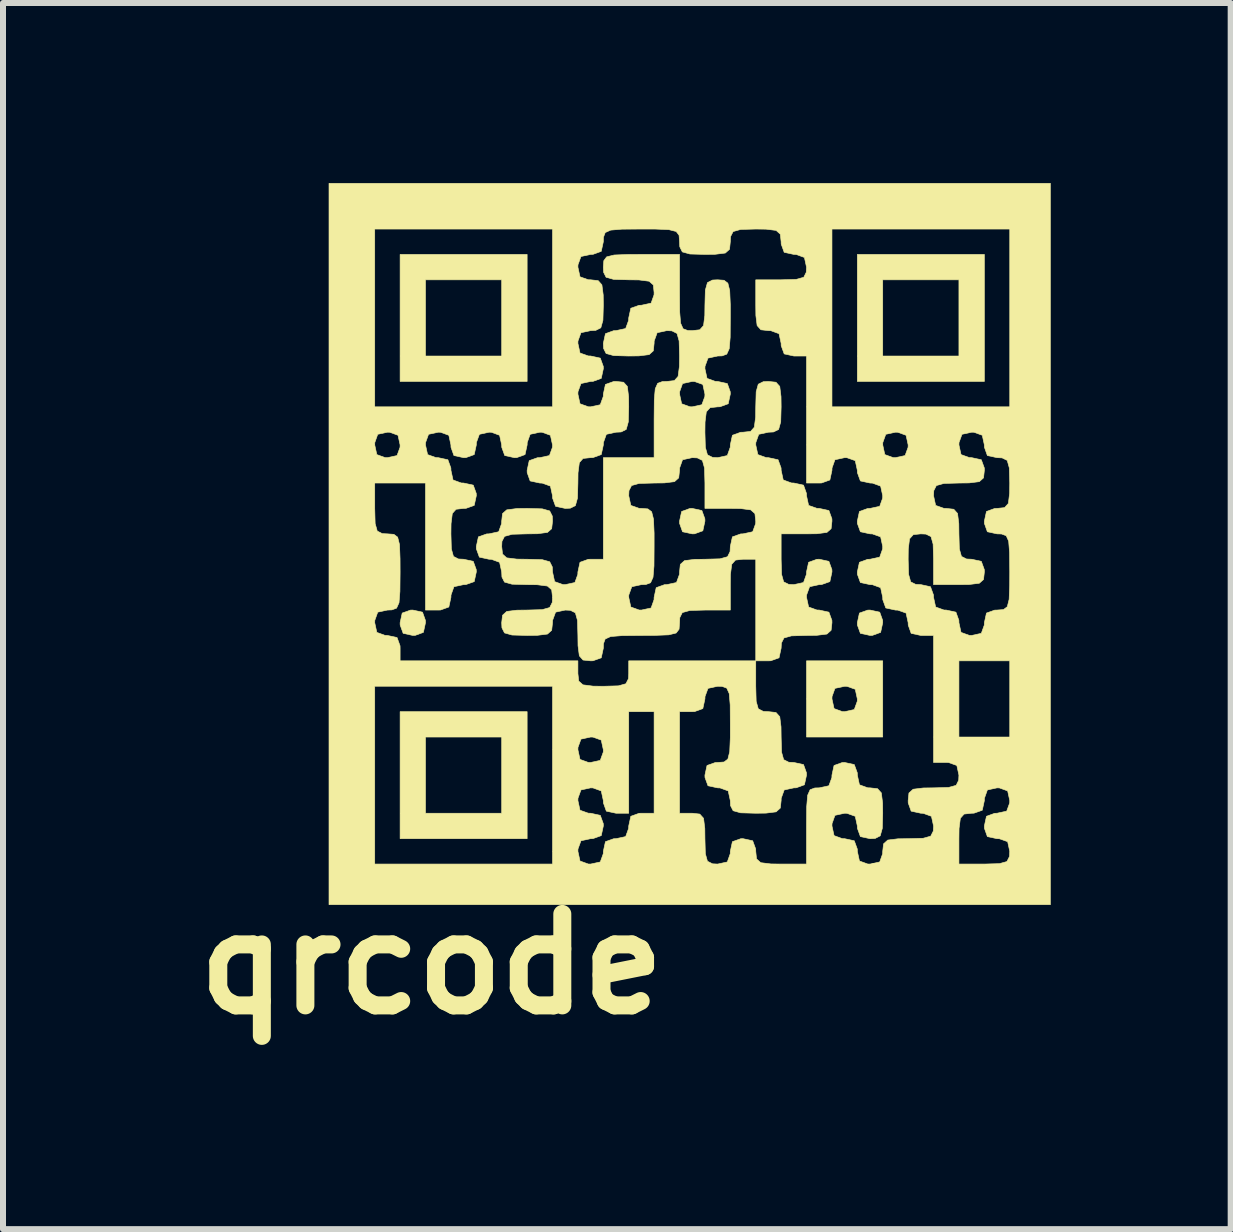
<source format=kicad_pcb>
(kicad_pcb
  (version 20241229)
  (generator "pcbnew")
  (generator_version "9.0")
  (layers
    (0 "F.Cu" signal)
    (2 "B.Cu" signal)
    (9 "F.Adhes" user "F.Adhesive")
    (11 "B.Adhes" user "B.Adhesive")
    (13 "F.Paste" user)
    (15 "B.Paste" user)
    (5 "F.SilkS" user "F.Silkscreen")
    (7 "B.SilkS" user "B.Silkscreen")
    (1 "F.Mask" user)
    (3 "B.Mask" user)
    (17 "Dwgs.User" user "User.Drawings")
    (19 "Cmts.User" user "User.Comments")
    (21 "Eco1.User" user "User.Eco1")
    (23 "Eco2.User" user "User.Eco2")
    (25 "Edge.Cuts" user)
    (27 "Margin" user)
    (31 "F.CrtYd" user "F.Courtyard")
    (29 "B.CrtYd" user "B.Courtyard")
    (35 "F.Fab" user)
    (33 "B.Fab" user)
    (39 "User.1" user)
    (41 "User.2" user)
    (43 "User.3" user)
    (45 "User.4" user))
  (footprint "qrcode"
    (layer "F.Cu")
    (at 8.444 6.016)
    (property "Reference" "qrcode" (at -4.3 7 0) (layer "F.SilkS") (effects (font (size 1.524 1.524) (thickness 0.3))))
    (attr through_hole)
    (fp_poly (pts (xy -2.709 -2.709) (xy -4.826 -2.709) (xy -4.826 -4.403) (xy -4.403 -4.403) (xy -4.403 -3.133) (xy -3.133 -3.133) (xy -3.133 -4.403) (xy -4.403 -4.403) (xy -4.826 -4.403) (xy -4.826 -4.826) (xy -2.709 -4.826) (xy -2.709 -2.709)) (stroke (width 0.01) (type solid)) (fill yes) (layer "F.SilkS"))
    (fp_poly (pts (xy -2.709 4.911) (xy -4.826 4.911) (xy -4.826 3.217) (xy -4.403 3.217) (xy -4.403 4.487) (xy -3.133 4.487) (xy -3.133 3.217) (xy -4.403 3.217) (xy -4.826 3.217) (xy -4.826 2.794) (xy -2.709 2.794) (xy -2.709 4.911)) (stroke (width 0.01) (type solid)) (fill yes) (layer "F.SilkS"))
    (fp_poly (pts (xy 4.911 -2.709) (xy 2.794 -2.709) (xy 2.794 -4.403) (xy 3.217 -4.403) (xy 3.217 -3.133) (xy 4.487 -3.133) (xy 4.487 -4.403) (xy 3.217 -4.403) (xy 2.794 -4.403) (xy 2.794 -4.826) (xy 4.911 -4.826) (xy 4.911 -2.709)) (stroke (width 0.01) (type solid)) (fill yes) (layer "F.SilkS"))
    (fp_poly (pts (xy -4.453 1.136) (xy -4.404 1.273) (xy -4.403 1.312) (xy -4.438 1.473) (xy -4.575 1.523) (xy -4.614 1.524) (xy -4.775 1.489) (xy -4.825 1.351) (xy -4.826 1.312) (xy -4.791 1.151) (xy -4.653 1.102) (xy -4.614 1.101) (xy -4.453 1.136)) (stroke (width 0.01) (type solid)) (fill yes) (layer "F.SilkS"))
    (fp_poly (pts (xy 0.203 -0.558) (xy 0.253 -0.42) (xy 0.254 -0.381) (xy 0.219 -0.22) (xy 0.081 -0.17) (xy 0.042 -0.169) (xy -0.119 -0.204) (xy -0.168 -0.342) (xy -0.169 -0.381) (xy -0.134 -0.542) (xy 0.003 -0.592) (xy 0.042 -0.593) (xy 0.203 -0.558)) (stroke (width 0.01) (type solid)) (fill yes) (layer "F.SilkS"))
    (fp_poly (pts (xy 3.167 1.136) (xy 3.216 1.273) (xy 3.217 1.312) (xy 3.182 1.473) (xy 3.045 1.523) (xy 3.006 1.524) (xy 2.845 1.489) (xy 2.795 1.351) (xy 2.794 1.312) (xy 2.829 1.151) (xy 2.967 1.102) (xy 3.006 1.101) (xy 3.167 1.136)) (stroke (width 0.01) (type solid)) (fill yes) (layer "F.SilkS"))
    (fp_poly (pts (xy 3.217 3.217) (xy 1.947 3.217) (xy 1.947 2.582) (xy 2.371 2.582) (xy 2.406 2.743) (xy 2.543 2.793) (xy 2.582 2.794) (xy 2.743 2.759) (xy 2.793 2.621) (xy 2.794 2.582) (xy 2.759 2.421) (xy 2.621 2.372) (xy 2.582 2.371) (xy 2.421 2.406) (xy 2.372 2.543) (xy 2.371 2.582) (xy 1.947 2.582) (xy 1.947 1.947) (xy 3.217 1.947) (xy 3.217 3.217)) (stroke (width 0.01) (type solid)) (fill yes) (layer "F.SilkS"))
    (fp_poly (pts (xy -0.169 -4.191) (xy -0.167 -3.868) (xy -0.151 -3.679) (xy -0.11 -3.587) (xy -0.032 -3.558) (xy 0.042 -3.556) (xy 0.168 -3.57) (xy 0.231 -3.64) (xy 0.252 -3.809) (xy 0.254 -3.979) (xy 0.261 -4.231) (xy 0.296 -4.356) (xy 0.381 -4.399) (xy 0.466 -4.403) (xy 0.573 -4.395) (xy 0.636 -4.347) (xy 0.667 -4.224) (xy 0.677 -3.991) (xy 0.677 -3.768) (xy 0.675 -3.445) (xy 0.659 -3.255) (xy 0.618 -3.164) (xy 0.54 -3.135) (xy 0.466 -3.133) (xy 0.305 -3.098) (xy 0.255 -2.96) (xy 0.254 -2.921) (xy 0.289 -2.76) (xy 0.427 -2.71) (xy 0.466 -2.709) (xy 0.627 -2.674) (xy 0.676 -2.537) (xy 0.677 -2.498) (xy 0.642 -2.337) (xy 0.505 -2.287) (xy 0.466 -2.286) (xy 0.34 -2.272) (xy 0.277 -2.202) (xy 0.256 -2.033) (xy 0.254 -1.863) (xy 0.261 -1.611) (xy 0.296 -1.486) (xy 0.381 -1.443) (xy 0.466 -1.439) (xy 0.627 -1.474) (xy 0.676 -1.612) (xy 0.677 -1.651) (xy 0.712 -1.812) (xy 0.85 -1.862) (xy 0.889 -1.863) (xy 1.015 -1.876) (xy 1.077 -1.946) (xy 1.099 -2.116) (xy 1.101 -2.286) (xy 1.108 -2.537) (xy 1.143 -2.663) (xy 1.227 -2.705) (xy 1.312 -2.709) (xy 1.438 -2.696) (xy 1.501 -2.626) (xy 1.522 -2.456) (xy 1.524 -2.286) (xy 1.517 -2.035) (xy 1.482 -1.909) (xy 1.397 -1.867) (xy 1.312 -1.863) (xy 1.151 -1.828) (xy 1.102 -1.69) (xy 1.101 -1.651) (xy 1.136 -1.49) (xy 1.273 -1.44) (xy 1.312 -1.439) (xy 1.473 -1.404) (xy 1.523 -1.267) (xy 1.524 -1.228) (xy 1.559 -1.067) (xy 1.697 -1.017) (xy 1.736 -1.016) (xy 1.897 -0.981) (xy 1.946 -0.843) (xy 1.947 -0.804) (xy 1.982 -0.643) (xy 2.12 -0.594) (xy 2.159 -0.593) (xy 2.32 -0.558) (xy 2.37 -0.42) (xy 2.371 -0.381) (xy 2.357 -0.255) (xy 2.287 -0.193) (xy 2.117 -0.171) (xy 1.947 -0.169) (xy 1.524 -0.169) (xy 1.524 0.254) (xy 1.531 0.505) (xy 1.566 0.631) (xy 1.651 0.673) (xy 1.736 0.677) (xy 1.897 0.642) (xy 1.946 0.505) (xy 1.947 0.466) (xy 1.982 0.305) (xy 2.12 0.255) (xy 2.159 0.254) (xy 2.32 0.289) (xy 2.37 0.427) (xy 2.371 0.466) (xy 2.336 0.627) (xy 2.198 0.676) (xy 2.159 0.677) (xy 1.998 0.712) (xy 1.948 0.85) (xy 1.947 0.889) (xy 1.982 1.05) (xy 2.12 1.1) (xy 2.159 1.101) (xy 2.32 1.136) (xy 2.37 1.273) (xy 2.371 1.312) (xy 2.357 1.438) (xy 2.287 1.501) (xy 2.117 1.522) (xy 1.947 1.524) (xy 1.696 1.531) (xy 1.571 1.566) (xy 1.528 1.651) (xy 1.524 1.736) (xy 1.489 1.897) (xy 1.351 1.946) (xy 1.312 1.947) (xy 1.101 1.947) (xy 1.101 0.254) (xy 0.889 0.254) (xy 0.763 0.268) (xy 0.701 0.338) (xy 0.679 0.507) (xy 0.677 0.677) (xy 0.677 1.101) (xy 0.254 1.101) (xy 0.003 1.108) (xy -0.123 1.143) (xy -0.165 1.227) (xy -0.169 1.312) (xy -0.177 1.42) (xy -0.225 1.483) (xy -0.348 1.514) (xy -0.581 1.523) (xy -0.804 1.524) (xy -1.127 1.527) (xy -1.317 1.542) (xy -1.408 1.583) (xy -1.437 1.661) (xy -1.439 1.736) (xy -1.474 1.897) (xy -1.612 1.946) (xy -1.651 1.947) (xy -1.777 1.934) (xy -1.839 1.864) (xy -1.861 1.694) (xy -1.863 1.524) (xy -1.87 1.273) (xy -1.905 1.147) (xy -1.989 1.105) (xy -2.074 1.101) (xy -2.235 1.136) (xy -2.285 1.273) (xy -2.286 1.312) (xy -2.3 1.438) (xy -2.37 1.501) (xy -2.539 1.522) (xy -2.709 1.524) (xy -2.961 1.517) (xy -3.086 1.482) (xy -3.129 1.397) (xy -3.133 1.312) (xy -3.119 1.187) (xy -3.049 1.124) (xy -2.879 1.103) (xy -2.709 1.101) (xy -2.458 1.094) (xy -2.333 1.059) (xy -2.29 0.974) (xy -2.286 0.889) (xy -2.3 0.763) (xy -2.37 0.701) (xy -2.539 0.679) (xy -2.709 0.677) (xy -2.961 0.67) (xy -3.086 0.635) (xy -3.129 0.551) (xy -3.133 0.466) (xy -3.168 0.305) (xy -3.305 0.255) (xy -3.344 0.254) (xy -3.505 0.219) (xy -3.555 0.081) (xy -3.556 0.042) (xy -3.521 -0.119) (xy -3.383 -0.168) (xy -3.344 -0.169) (xy -3.183 -0.204) (xy -3.134 -0.342) (xy -3.133 -0.381) (xy -3.119 -0.507) (xy -3.049 -0.569) (xy -2.879 -0.591) (xy -2.709 -0.593) (xy -2.458 -0.586) (xy -2.333 -0.551) (xy -2.29 -0.466) (xy -2.286 -0.381) (xy -2.3 -0.255) (xy -2.37 -0.193) (xy -2.539 -0.171) (xy -2.709 -0.169) (xy -2.961 -0.162) (xy -3.086 -0.127) (xy -3.129 -0.043) (xy -3.133 0.042) (xy -3.119 0.168) (xy -3.049 0.231) (xy -2.879 0.252) (xy -2.709 0.254) (xy -2.458 0.261) (xy -2.333 0.296) (xy -2.29 0.381) (xy -2.286 0.466) (xy -2.251 0.627) (xy -2.113 0.676) (xy -2.074 0.677) (xy -1.913 0.642) (xy -1.864 0.505) (xy -1.863 0.466) (xy -1.828 0.305) (xy -1.69 0.255) (xy -1.651 0.254) (xy -1.439 0.254) (xy -1.439 -0.804) (xy -1.016 -0.804) (xy -0.981 -0.643) (xy -0.843 -0.594) (xy -0.804 -0.593) (xy -0.697 -0.585) (xy -0.634 -0.537) (xy -0.603 -0.414) (xy -0.593 -0.181) (xy -0.593 0.042) (xy -0.595 0.365) (xy -0.611 0.555) (xy -0.652 0.646) (xy -0.73 0.675) (xy -0.804 0.677) (xy -0.965 0.712) (xy -1.015 0.85) (xy -1.016 0.889) (xy -0.981 1.05) (xy -0.843 1.1) (xy -0.804 1.101) (xy -0.643 1.066) (xy -0.594 0.928) (xy -0.593 0.889) (xy -0.558 0.728) (xy -0.42 0.678) (xy -0.381 0.677) (xy -0.22 0.642) (xy -0.17 0.505) (xy -0.169 0.466) (xy -0.156 0.34) (xy -0.086 0.277) (xy 0.084 0.256) (xy 0.254 0.254) (xy 0.505 0.247) (xy 0.631 0.212) (xy 0.673 0.127) (xy 0.677 0.042) (xy 0.712 -0.119) (xy 0.85 -0.168) (xy 0.889 -0.169) (xy 1.05 -0.204) (xy 1.1 -0.342) (xy 1.101 -0.381) (xy 1.087 -0.507) (xy 1.017 -0.569) (xy 0.847 -0.591) (xy 0.677 -0.593) (xy 0.254 -0.593) (xy 0.254 -1.016) (xy 0.247 -1.267) (xy 0.212 -1.393) (xy 0.127 -1.435) (xy 0.042 -1.439) (xy -0.119 -1.404) (xy -0.168 -1.267) (xy -0.169 -1.228) (xy -0.183 -1.102) (xy -0.253 -1.039) (xy -0.423 -1.018) (xy -0.593 -1.016) (xy -0.844 -1.009) (xy -0.969 -0.974) (xy -1.012 -0.889) (xy -1.016 -0.804) (xy -1.439 -0.804) (xy -1.439 -1.439) (xy -0.593 -1.439) (xy -0.593 -2.074) (xy -0.59 -2.397) (xy -0.582 -2.498) (xy -0.169 -2.498) (xy -0.134 -2.337) (xy 0.003 -2.287) (xy 0.042 -2.286) (xy 0.203 -2.321) (xy 0.253 -2.459) (xy 0.254 -2.498) (xy 0.219 -2.659) (xy 0.081 -2.708) (xy 0.042 -2.709) (xy -0.119 -2.674) (xy -0.168 -2.537) (xy -0.169 -2.498) (xy -0.582 -2.498) (xy -0.574 -2.587) (xy -0.533 -2.678) (xy -0.455 -2.707) (xy -0.381 -2.709) (xy -0.255 -2.723) (xy -0.193 -2.793) (xy -0.171 -2.963) (xy -0.169 -3.133) (xy -0.176 -3.384) (xy -0.211 -3.509) (xy -0.296 -3.552) (xy -0.381 -3.556) (xy -0.542 -3.521) (xy -0.592 -3.383) (xy -0.593 -3.344) (xy -0.606 -3.219) (xy -0.676 -3.156) (xy -0.846 -3.135) (xy -1.016 -3.133) (xy -1.267 -3.14) (xy -1.393 -3.175) (xy -1.435 -3.259) (xy -1.439 -3.344) (xy -1.404 -3.505) (xy -1.267 -3.555) (xy -1.228 -3.556) (xy -1.067 -3.591) (xy -1.017 -3.729) (xy -1.016 -3.768) (xy -0.981 -3.929) (xy -0.843 -3.978) (xy -0.804 -3.979) (xy -0.643 -4.014) (xy -0.594 -4.152) (xy -0.593 -4.191) (xy -0.606 -4.317) (xy -0.676 -4.379) (xy -0.846 -4.401) (xy -1.016 -4.403) (xy -1.267 -4.41) (xy -1.393 -4.445) (xy -1.435 -4.529) (xy -1.439 -4.614) (xy -1.431 -4.722) (xy -1.384 -4.785) (xy -1.261 -4.816) (xy -1.027 -4.825) (xy -0.804 -4.826) (xy -0.169 -4.826) (xy -0.169 -4.191)) (stroke (width 0.01) (type solid)) (fill yes) (layer "F.SilkS"))
    (fp_poly (pts (xy 6.011 6.011) (xy -6.011 6.011) (xy -6.011 2.371) (xy -5.249 2.371) (xy -5.249 5.334) (xy -2.286 5.334) (xy -2.286 4.276) (xy -1.863 4.276) (xy -1.828 4.437) (xy -1.69 4.486) (xy -1.651 4.487) (xy -1.49 4.522) (xy -1.44 4.66) (xy -1.439 4.699) (xy -1.474 4.86) (xy -1.612 4.91) (xy -1.651 4.911) (xy -1.812 4.946) (xy -1.862 5.083) (xy -1.863 5.122) (xy -1.828 5.283) (xy -1.69 5.333) (xy -1.651 5.334) (xy -1.49 5.299) (xy -1.44 5.161) (xy -1.439 5.122) (xy -1.404 4.961) (xy -1.267 4.912) (xy -1.228 4.911) (xy -1.067 4.876) (xy -1.017 4.738) (xy -1.016 4.699) (xy -0.981 4.538) (xy -0.843 4.488) (xy -0.804 4.487) (xy -0.593 4.487) (xy -0.593 2.794) (xy -1.016 2.794) (xy -1.016 4.487) (xy -1.228 4.487) (xy -1.389 4.452) (xy -1.438 4.315) (xy -1.439 4.276) (xy -1.474 4.115) (xy -1.612 4.065) (xy -1.651 4.064) (xy -1.812 4.099) (xy -1.862 4.237) (xy -1.863 4.276) (xy -2.286 4.276) (xy -2.286 3.429) (xy -1.863 3.429) (xy -1.828 3.59) (xy -1.69 3.64) (xy -1.651 3.641) (xy -1.49 3.606) (xy -1.44 3.468) (xy -1.439 3.429) (xy -1.474 3.268) (xy -1.612 3.218) (xy -1.651 3.217) (xy -1.812 3.252) (xy -1.862 3.39) (xy -1.863 3.429) (xy -2.286 3.429) (xy -2.286 2.371) (xy -5.249 2.371) (xy -6.011 2.371) (xy -6.011 -1.016) (xy -5.249 -1.016) (xy -5.249 -0.593) (xy -5.242 -0.341) (xy -5.207 -0.216) (xy -5.123 -0.173) (xy -5.038 -0.169) (xy -4.93 -0.161) (xy -4.867 -0.114) (xy -4.836 0.009) (xy -4.827 0.243) (xy -4.826 0.466) (xy -4.829 0.789) (xy -4.844 0.978) (xy -4.885 1.069) (xy -4.963 1.098) (xy -5.038 1.101) (xy -5.199 1.136) (xy -5.248 1.273) (xy -5.249 1.312) (xy -5.214 1.473) (xy -5.077 1.523) (xy -5.038 1.524) (xy -4.877 1.559) (xy -4.827 1.697) (xy -4.826 1.736) (xy -4.826 1.947) (xy -1.863 1.947) (xy -1.863 2.159) (xy -1.849 2.285) (xy -1.779 2.347) (xy -1.609 2.369) (xy -1.439 2.371) (xy -1.188 2.364) (xy -1.063 2.329) (xy -1.02 2.244) (xy -1.016 2.159) (xy -1.016 1.947) (xy 1.101 1.947) (xy 1.101 2.371) (xy 1.108 2.622) (xy 1.143 2.747) (xy 1.227 2.79) (xy 1.312 2.794) (xy 1.438 2.808) (xy 1.501 2.878) (xy 1.522 3.047) (xy 1.524 3.217) (xy 1.531 3.469) (xy 1.566 3.594) (xy 1.651 3.637) (xy 1.736 3.641) (xy 1.897 3.676) (xy 1.946 3.813) (xy 1.947 3.852) (xy 1.912 4.013) (xy 1.775 4.063) (xy 1.736 4.064) (xy 1.575 4.099) (xy 1.525 4.237) (xy 1.524 4.276) (xy 1.51 4.401) (xy 1.44 4.464) (xy 1.271 4.485) (xy 1.101 4.487) (xy 0.849 4.48) (xy 0.724 4.445) (xy 0.681 4.361) (xy 0.677 4.276) (xy 0.642 4.115) (xy 0.505 4.065) (xy 0.466 4.064) (xy 0.305 4.029) (xy 0.255 3.891) (xy 0.254 3.852) (xy 0.289 3.691) (xy 0.427 3.642) (xy 0.466 3.641) (xy 0.573 3.633) (xy 0.636 3.585) (xy 0.667 3.462) (xy 0.677 3.229) (xy 0.677 3.006) (xy 0.675 2.683) (xy 0.659 2.493) (xy 0.618 2.402) (xy 0.54 2.373) (xy 0.466 2.371) (xy 0.305 2.406) (xy 0.255 2.543) (xy 0.254 2.582) (xy 0.219 2.743) (xy 0.081 2.793) (xy 0.042 2.794) (xy -0.169 2.794) (xy -0.169 4.487) (xy 0.042 4.487) (xy 0.168 4.501) (xy 0.231 4.571) (xy 0.252 4.741) (xy 0.254 4.911) (xy 0.261 5.162) (xy 0.296 5.287) (xy 0.381 5.33) (xy 0.466 5.334) (xy 0.627 5.299) (xy 0.676 5.161) (xy 0.677 5.122) (xy 0.712 4.961) (xy 0.85 4.912) (xy 0.889 4.911) (xy 1.05 4.946) (xy 1.1 5.083) (xy 1.101 5.122) (xy 1.114 5.248) (xy 1.184 5.311) (xy 1.354 5.332) (xy 1.524 5.334) (xy 1.947 5.334) (xy 1.947 4.699) (xy 1.95 4.376) (xy 1.966 4.187) (xy 2.007 4.095) (xy 2.085 4.066) (xy 2.159 4.064) (xy 2.32 4.029) (xy 2.37 3.891) (xy 2.371 3.852) (xy 2.406 3.691) (xy 2.543 3.642) (xy 2.582 3.641) (xy 2.743 3.676) (xy 2.793 3.813) (xy 2.794 3.852) (xy 2.829 4.013) (xy 2.967 4.063) (xy 3.006 4.064) (xy 3.131 4.078) (xy 3.194 4.148) (xy 3.215 4.317) (xy 3.217 4.487) (xy 3.21 4.739) (xy 3.175 4.864) (xy 3.091 4.907) (xy 3.006 4.911) (xy 2.845 4.876) (xy 2.795 4.738) (xy 2.794 4.699) (xy 2.759 4.538) (xy 2.621 4.488) (xy 2.582 4.487) (xy 2.421 4.522) (xy 2.372 4.66) (xy 2.371 4.699) (xy 2.406 4.86) (xy 2.543 4.91) (xy 2.582 4.911) (xy 2.743 4.946) (xy 2.793 5.083) (xy 2.794 5.122) (xy 2.829 5.283) (xy 2.967 5.333) (xy 3.006 5.334) (xy 3.167 5.299) (xy 3.216 5.161) (xy 3.217 5.122) (xy 3.231 4.997) (xy 3.301 4.934) (xy 3.471 4.913) (xy 3.641 4.911) (xy 4.487 4.911) (xy 4.487 5.334) (xy 4.911 5.334) (xy 5.162 5.327) (xy 5.287 5.292) (xy 5.33 5.207) (xy 5.334 5.122) (xy 5.299 4.961) (xy 5.161 4.912) (xy 5.122 4.911) (xy 4.961 4.876) (xy 4.912 4.738) (xy 4.911 4.699) (xy 4.946 4.538) (xy 5.083 4.488) (xy 5.122 4.487) (xy 5.283 4.452) (xy 5.333 4.315) (xy 5.334 4.276) (xy 5.299 4.115) (xy 5.161 4.065) (xy 5.122 4.064) (xy 4.961 4.099) (xy 4.912 4.237) (xy 4.911 4.276) (xy 4.876 4.437) (xy 4.738 4.486) (xy 4.699 4.487) (xy 4.573 4.501) (xy 4.511 4.571) (xy 4.489 4.741) (xy 4.487 4.911) (xy 3.641 4.911) (xy 3.892 4.904) (xy 4.017 4.869) (xy 4.06 4.784) (xy 4.064 4.699) (xy 4.029 4.538) (xy 3.891 4.488) (xy 3.852 4.487) (xy 3.691 4.452) (xy 3.642 4.315) (xy 3.641 4.276) (xy 3.654 4.15) (xy 3.724 4.087) (xy 3.894 4.066) (xy 4.064 4.064) (xy 4.315 4.057) (xy 4.441 4.022) (xy 4.483 3.937) (xy 4.487 3.852) (xy 4.452 3.691) (xy 4.315 3.642) (xy 4.276 3.641) (xy 4.064 3.641) (xy 4.064 1.947) (xy 4.487 1.947) (xy 4.487 3.217) (xy 5.334 3.217) (xy 5.334 1.947) (xy 4.487 1.947) (xy 4.064 1.947) (xy 4.064 1.524) (xy 3.852 1.524) (xy 3.691 1.489) (xy 3.642 1.351) (xy 3.641 1.312) (xy 3.606 1.151) (xy 3.468 1.102) (xy 3.429 1.101) (xy 3.268 1.066) (xy 3.218 0.928) (xy 3.217 0.889) (xy 3.182 0.728) (xy 3.045 0.678) (xy 3.006 0.677) (xy 2.845 0.642) (xy 2.795 0.505) (xy 2.794 0.466) (xy 2.829 0.305) (xy 2.967 0.255) (xy 3.006 0.254) (xy 3.641 0.254) (xy 3.648 0.505) (xy 3.683 0.631) (xy 3.767 0.673) (xy 3.852 0.677) (xy 4.013 0.712) (xy 4.063 0.85) (xy 4.064 0.889) (xy 4.099 1.05) (xy 4.237 1.1) (xy 4.276 1.101) (xy 4.437 1.136) (xy 4.486 1.273) (xy 4.487 1.312) (xy 4.522 1.473) (xy 4.66 1.523) (xy 4.699 1.524) (xy 4.86 1.489) (xy 4.91 1.351) (xy 4.911 1.312) (xy 4.946 1.151) (xy 5.083 1.102) (xy 5.122 1.101) (xy 5.23 1.093) (xy 5.293 1.045) (xy 5.324 0.922) (xy 5.333 0.689) (xy 5.334 0.466) (xy 5.331 0.143) (xy 5.316 -0.047) (xy 5.275 -0.138) (xy 5.197 -0.167) (xy 5.122 -0.169) (xy 4.961 -0.204) (xy 4.912 -0.342) (xy 4.911 -0.381) (xy 4.946 -0.542) (xy 5.083 -0.592) (xy 5.122 -0.593) (xy 5.248 -0.606) (xy 5.311 -0.676) (xy 5.332 -0.846) (xy 5.334 -1.016) (xy 5.327 -1.267) (xy 5.292 -1.393) (xy 5.207 -1.435) (xy 5.122 -1.439) (xy 4.961 -1.474) (xy 4.912 -1.612) (xy 4.911 -1.651) (xy 4.876 -1.812) (xy 4.738 -1.862) (xy 4.699 -1.863) (xy 4.538 -1.828) (xy 4.488 -1.69) (xy 4.487 -1.651) (xy 4.522 -1.49) (xy 4.66 -1.44) (xy 4.699 -1.439) (xy 4.86 -1.404) (xy 4.91 -1.267) (xy 4.911 -1.228) (xy 4.897 -1.102) (xy 4.827 -1.039) (xy 4.657 -1.018) (xy 4.487 -1.016) (xy 4.236 -1.009) (xy 4.111 -0.974) (xy 4.068 -0.889) (xy 4.064 -0.804) (xy 4.099 -0.643) (xy 4.237 -0.594) (xy 4.276 -0.593) (xy 4.401 -0.579) (xy 4.464 -0.509) (xy 4.485 -0.339) (xy 4.487 -0.169) (xy 4.494 0.082) (xy 4.529 0.207) (xy 4.614 0.25) (xy 4.699 0.254) (xy 4.86 0.289) (xy 4.91 0.427) (xy 4.911 0.466) (xy 4.897 0.591) (xy 4.827 0.654) (xy 4.657 0.675) (xy 4.487 0.677) (xy 4.064 0.677) (xy 4.064 0.254) (xy 4.057 0.003) (xy 4.022 -0.123) (xy 3.937 -0.165) (xy 3.852 -0.169) (xy 3.727 -0.156) (xy 3.664 -0.086) (xy 3.643 0.084) (xy 3.641 0.254) (xy 3.006 0.254) (xy 3.167 0.219) (xy 3.216 0.081) (xy 3.217 0.042) (xy 3.182 -0.119) (xy 3.045 -0.168) (xy 3.006 -0.169) (xy 2.845 -0.204) (xy 2.795 -0.342) (xy 2.794 -0.381) (xy 2.829 -0.542) (xy 2.967 -0.592) (xy 3.006 -0.593) (xy 3.167 -0.628) (xy 3.216 -0.765) (xy 3.217 -0.804) (xy 3.182 -0.965) (xy 3.045 -1.015) (xy 3.006 -1.016) (xy 2.845 -1.051) (xy 2.795 -1.189) (xy 2.794 -1.228) (xy 2.759 -1.389) (xy 2.621 -1.438) (xy 2.582 -1.439) (xy 2.421 -1.404) (xy 2.372 -1.267) (xy 2.371 -1.228) (xy 2.336 -1.067) (xy 2.198 -1.017) (xy 2.159 -1.016) (xy 1.947 -1.016) (xy 1.947 -1.651) (xy 3.217 -1.651) (xy 3.252 -1.49) (xy 3.39 -1.44) (xy 3.429 -1.439) (xy 3.59 -1.474) (xy 3.64 -1.612) (xy 3.641 -1.651) (xy 3.606 -1.812) (xy 3.468 -1.862) (xy 3.429 -1.863) (xy 3.268 -1.828) (xy 3.218 -1.69) (xy 3.217 -1.651) (xy 1.947 -1.651) (xy 1.947 -3.133) (xy 1.736 -3.133) (xy 1.575 -3.168) (xy 1.525 -3.305) (xy 1.524 -3.344) (xy 1.489 -3.505) (xy 1.351 -3.555) (xy 1.312 -3.556) (xy 1.187 -3.57) (xy 1.124 -3.64) (xy 1.103 -3.809) (xy 1.101 -3.979) (xy 1.101 -4.403) (xy 1.524 -4.403) (xy 1.775 -4.41) (xy 1.901 -4.445) (xy 1.943 -4.529) (xy 1.947 -4.614) (xy 1.912 -4.775) (xy 1.775 -4.825) (xy 1.736 -4.826) (xy 1.575 -4.861) (xy 1.525 -4.999) (xy 1.524 -5.038) (xy 1.51 -5.163) (xy 1.44 -5.226) (xy 1.271 -5.247) (xy 1.101 -5.249) (xy 2.371 -5.249) (xy 2.371 -2.286) (xy 5.334 -2.286) (xy 5.334 -5.249) (xy 2.371 -5.249) (xy 1.101 -5.249) (xy 0.849 -5.242) (xy 0.724 -5.207) (xy 0.681 -5.123) (xy 0.677 -5.038) (xy 0.664 -4.912) (xy 0.594 -4.849) (xy 0.424 -4.828) (xy 0.254 -4.826) (xy 0.003 -4.833) (xy -0.123 -4.868) (xy -0.165 -4.953) (xy -0.169 -5.038) (xy -0.177 -5.145) (xy -0.225 -5.208) (xy -0.348 -5.239) (xy -0.581 -5.249) (xy -0.804 -5.249) (xy -1.127 -5.247) (xy -1.317 -5.231) (xy -1.408 -5.19) (xy -1.437 -5.112) (xy -1.439 -5.038) (xy -1.474 -4.877) (xy -1.612 -4.827) (xy -1.651 -4.826) (xy -1.812 -4.791) (xy -1.862 -4.653) (xy -1.863 -4.614) (xy -1.828 -4.453) (xy -1.69 -4.404) (xy -1.651 -4.403) (xy -1.525 -4.389) (xy -1.463 -4.319) (xy -1.441 -4.149) (xy -1.439 -3.979) (xy -1.446 -3.728) (xy -1.481 -3.603) (xy -1.566 -3.56) (xy -1.651 -3.556) (xy -1.812 -3.521) (xy -1.862 -3.383) (xy -1.863 -3.344) (xy -1.828 -3.183) (xy -1.69 -3.134) (xy -1.651 -3.133) (xy -1.49 -3.098) (xy -1.44 -2.96) (xy -1.439 -2.921) (xy -1.474 -2.76) (xy -1.612 -2.71) (xy -1.651 -2.709) (xy -1.812 -2.674) (xy -1.862 -2.537) (xy -1.863 -2.498) (xy -1.828 -2.337) (xy -1.69 -2.287) (xy -1.651 -2.286) (xy -1.49 -2.321) (xy -1.44 -2.459) (xy -1.439 -2.498) (xy -1.404 -2.659) (xy -1.267 -2.708) (xy -1.228 -2.709) (xy -1.102 -2.696) (xy -1.039 -2.626) (xy -1.018 -2.456) (xy -1.016 -2.286) (xy -1.023 -2.035) (xy -1.058 -1.909) (xy -1.143 -1.867) (xy -1.228 -1.863) (xy -1.389 -1.828) (xy -1.438 -1.69) (xy -1.439 -1.651) (xy -1.474 -1.49) (xy -1.612 -1.44) (xy -1.651 -1.439) (xy -1.777 -1.426) (xy -1.839 -1.356) (xy -1.861 -1.186) (xy -1.863 -1.016) (xy -1.87 -0.765) (xy -1.905 -0.639) (xy -1.989 -0.597) (xy -2.074 -0.593) (xy -2.235 -0.628) (xy -2.285 -0.765) (xy -2.286 -0.804) (xy -2.321 -0.965) (xy -2.459 -1.015) (xy -2.498 -1.016) (xy -2.659 -1.051) (xy -2.708 -1.189) (xy -2.709 -1.228) (xy -2.674 -1.389) (xy -2.537 -1.438) (xy -2.498 -1.439) (xy -2.337 -1.474) (xy -2.287 -1.612) (xy -2.286 -1.651) (xy -2.321 -1.812) (xy -2.459 -1.862) (xy -2.498 -1.863) (xy -2.659 -1.828) (xy -2.708 -1.69) (xy -2.709 -1.651) (xy -2.744 -1.49) (xy -2.882 -1.44) (xy -2.921 -1.439) (xy -3.082 -1.474) (xy -3.132 -1.612) (xy -3.133 -1.651) (xy -3.168 -1.812) (xy -3.305 -1.862) (xy -3.344 -1.863) (xy -3.505 -1.828) (xy -3.555 -1.69) (xy -3.556 -1.651) (xy -3.591 -1.49) (xy -3.729 -1.44) (xy -3.768 -1.439) (xy -3.929 -1.474) (xy -3.978 -1.612) (xy -3.979 -1.651) (xy -4.014 -1.812) (xy -4.152 -1.862) (xy -4.191 -1.863) (xy -4.352 -1.828) (xy -4.402 -1.69) (xy -4.403 -1.651) (xy -4.368 -1.49) (xy -4.23 -1.44) (xy -4.191 -1.439) (xy -4.03 -1.404) (xy -3.98 -1.267) (xy -3.979 -1.228) (xy -3.944 -1.067) (xy -3.807 -1.017) (xy -3.768 -1.016) (xy -3.607 -0.981) (xy -3.557 -0.843) (xy -3.556 -0.804) (xy -3.591 -0.643) (xy -3.729 -0.594) (xy -3.768 -0.593) (xy -3.893 -0.579) (xy -3.956 -0.509) (xy -3.977 -0.339) (xy -3.979 -0.169) (xy -3.972 0.082) (xy -3.937 0.207) (xy -3.853 0.25) (xy -3.768 0.254) (xy -3.607 0.289) (xy -3.557 0.427) (xy -3.556 0.466) (xy -3.591 0.627) (xy -3.729 0.676) (xy -3.768 0.677) (xy -3.929 0.712) (xy -3.978 0.85) (xy -3.979 0.889) (xy -4.014 1.05) (xy -4.152 1.1) (xy -4.191 1.101) (xy -4.403 1.101) (xy -4.403 -1.016) (xy -5.249 -1.016) (xy -6.011 -1.016) (xy -6.011 -1.651) (xy -5.249 -1.651) (xy -5.214 -1.49) (xy -5.077 -1.44) (xy -5.038 -1.439) (xy -4.877 -1.474) (xy -4.827 -1.612) (xy -4.826 -1.651) (xy -4.861 -1.812) (xy -4.999 -1.862) (xy -5.038 -1.863) (xy -5.199 -1.828) (xy -5.248 -1.69) (xy -5.249 -1.651) (xy -6.011 -1.651) (xy -6.011 -5.249) (xy -5.249 -5.249) (xy -5.249 -2.286) (xy -2.286 -2.286) (xy -2.286 -5.249) (xy -5.249 -5.249) (xy -6.011 -5.249) (xy -6.011 -6.011) (xy 6.011 -6.011) (xy 6.011 6.011)) (stroke (width 0.01) (type solid)) (fill yes) (layer "F.SilkS")))
  (gr_rect
    (start -3 -3)
    (end 17.46 17.434)
    (stroke (width 0.1) (type default))
    (fill no)
    (layer "Edge.Cuts")))
</source>
